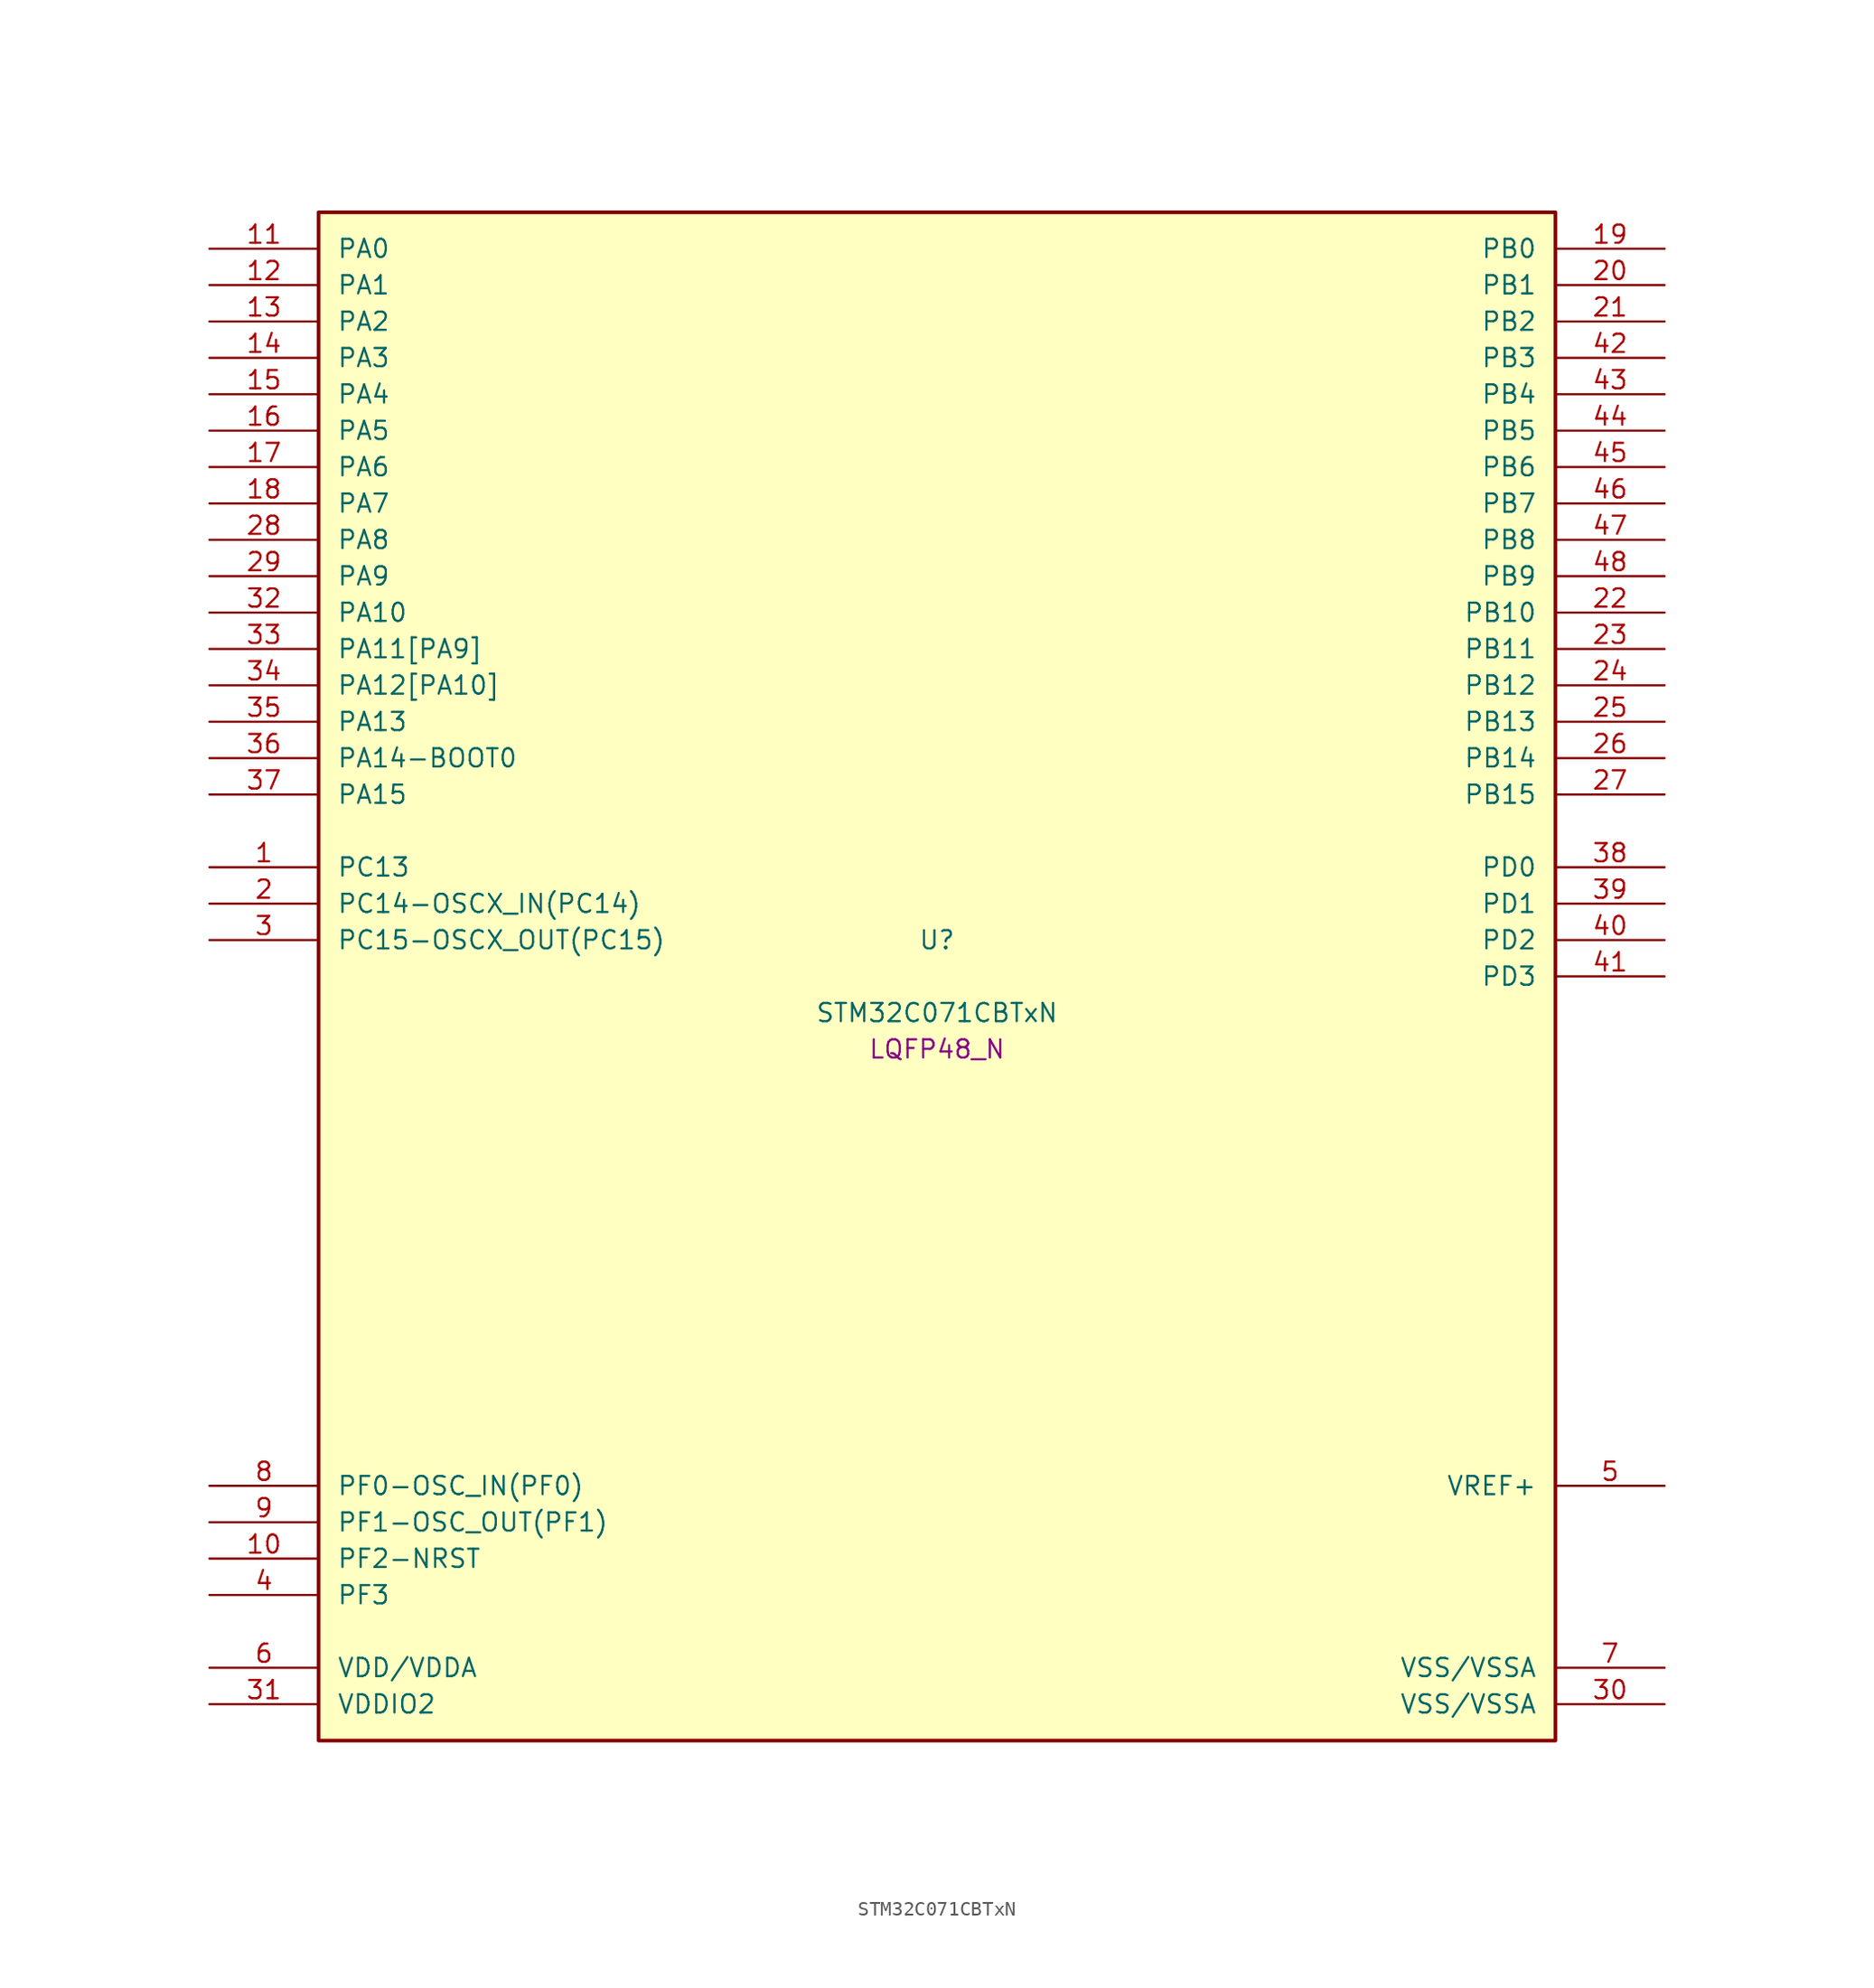
<source format=kicad_sym>
(kicad_symbol_lib
  (version 20241209)
  (generator "stm32_pkl_generator")
  (generator_version "1.0")
  (symbol "STM32C071CBTxN"
    (pin_names
      (offset 1.27))
    (property "Reference" "U"
      (at 0 2.54 0))
    (property "Value" "STM32C071CBTxN"
      (at 0 -2.54 0))
    (property "Footprint" "LQFP48_N"
      (at 0 -5.08 0))
    (symbol "STM32C071CBTxN_1_1"
      (rectangle (start -43.18 53.34) (end 43.18 -53.34) (stroke (width 0.254) (type solid)) (fill (type background)))
      (pin bidirectional line (at -50.8 50.8 0) (length 7.62) (name "PA0") (number "11") (alternate "PA0/ADC1_IN0" bidirectional line) (alternate "PA0/PWR_WKUP1" bidirectional line) (alternate "PA0/SPI2_SCK" bidirectional line) (alternate "PA0/TIM16_CH1" bidirectional line) (alternate "PA0/TIM1_CH1" bidirectional line) (alternate "PA0/TIM2_CH1" bidirectional line) (alternate "PA0/TIM2_ETR" bidirectional line) (alternate "PA0/USART1_TX" bidirectional line) (alternate "PA0/USART2_CTS" bidirectional line) (alternate "PA0/USART2_NSS" bidirectional line))
      (pin bidirectional line (at -50.8 48.26 0) (length 7.62) (name "PA1") (number "12") (alternate "PA1/ADC1_IN1" bidirectional line) (alternate "PA1/I2C1_SMBA" bidirectional line) (alternate "PA1/I2S1_CK" bidirectional line) (alternate "PA1/SPI1_SCK" bidirectional line) (alternate "PA1/TIM17_CH1" bidirectional line) (alternate "PA1/TIM1_CH2" bidirectional line) (alternate "PA1/TIM2_CH2" bidirectional line) (alternate "PA1/USART1_RX" bidirectional line) (alternate "PA1/USART2_CK" bidirectional line) (alternate "PA1/USART2_DE" bidirectional line) (alternate "PA1/USART2_RTS" bidirectional line))
      (pin bidirectional line (at -50.8 45.72 0) (length 7.62) (name "PA2") (number "13") (alternate "PA2/ADC1_IN2" bidirectional line) (alternate "PA2/I2S1_SD" bidirectional line) (alternate "PA2/PWR_WKUP4" bidirectional line) (alternate "PA2/RCC_LSCO" bidirectional line) (alternate "PA2/SPI1_MOSI" bidirectional line) (alternate "PA2/TIM16_CH1N" bidirectional line) (alternate "PA2/TIM1_CH3" bidirectional line) (alternate "PA2/TIM2_CH3" bidirectional line) (alternate "PA2/TIM3_ETR" bidirectional line) (alternate "PA2/USART2_TX" bidirectional line))
      (pin bidirectional line (at -50.8 43.18 0) (length 7.62) (name "PA3") (number "14") (alternate "PA3/ADC1_IN3" bidirectional line) (alternate "PA3/SPI2_MISO" bidirectional line) (alternate "PA3/TIM1_CH1N" bidirectional line) (alternate "PA3/TIM1_CH4" bidirectional line) (alternate "PA3/TIM2_CH4" bidirectional line) (alternate "PA3/USART2_RX" bidirectional line))
      (pin bidirectional line (at -50.8 40.64 0) (length 7.62) (name "PA4") (number "15") (alternate "PA4/ADC1_IN4" bidirectional line) (alternate "PA4/I2S1_WS" bidirectional line) (alternate "PA4/RTC_OUT2" bidirectional line) (alternate "PA4/SPI1_NSS" bidirectional line) (alternate "PA4/SPI2_MOSI" bidirectional line) (alternate "PA4/TIM14_CH1" bidirectional line) (alternate "PA4/TIM17_CH1N" bidirectional line) (alternate "PA4/TIM1_CH2N" bidirectional line) (alternate "PA4/USART2_TX" bidirectional line) (alternate "PA4/USB_NOE" bidirectional line))
      (pin bidirectional line (at -50.8 38.1 0) (length 7.62) (name "PA5") (number "16") (alternate "PA5/ADC1_IN5" bidirectional line) (alternate "PA5/I2S1_CK" bidirectional line) (alternate "PA5/SPI1_SCK" bidirectional line) (alternate "PA5/TIM1_CH1" bidirectional line) (alternate "PA5/TIM1_CH3N" bidirectional line) (alternate "PA5/TIM2_CH1" bidirectional line) (alternate "PA5/TIM2_ETR" bidirectional line) (alternate "PA5/USART2_RX" bidirectional line))
      (pin bidirectional line (at -50.8 35.56 0) (length 7.62) (name "PA6") (number "17") (alternate "PA6/ADC1_IN6" bidirectional line) (alternate "PA6/I2C2_SDA" bidirectional line) (alternate "PA6/I2S1_MCK" bidirectional line) (alternate "PA6/SPI1_MISO" bidirectional line) (alternate "PA6/TIM16_CH1" bidirectional line) (alternate "PA6/TIM1_BKIN" bidirectional line) (alternate "PA6/TIM3_CH1" bidirectional line))
      (pin bidirectional line (at -50.8 33.02 0) (length 7.62) (name "PA7") (number "18") (alternate "PA7/ADC1_IN7" bidirectional line) (alternate "PA7/I2C2_SCL" bidirectional line) (alternate "PA7/I2S1_SD" bidirectional line) (alternate "PA7/SPI1_MOSI" bidirectional line) (alternate "PA7/TIM14_CH1" bidirectional line) (alternate "PA7/TIM17_CH1" bidirectional line) (alternate "PA7/TIM1_CH1N" bidirectional line) (alternate "PA7/TIM3_CH2" bidirectional line))
      (pin bidirectional line (at -50.8 30.48 0) (length 7.62) (name "PA8") (number "28") (alternate "PA8/ADC1_IN8" bidirectional line) (alternate "PA8/CRS_SYNC" bidirectional line) (alternate "PA8/I2S1_WS" bidirectional line) (alternate "PA8/RCC_MCO" bidirectional line) (alternate "PA8/RCC_MCO_2" bidirectional line) (alternate "PA8/SPI1_NSS" bidirectional line) (alternate "PA8/SPI2_MISO" bidirectional line) (alternate "PA8/SPI2_NSS" bidirectional line) (alternate "PA8/TIM14_CH1" bidirectional line) (alternate "PA8/TIM1_CH1" bidirectional line) (alternate "PA8/TIM1_CH2N" bidirectional line) (alternate "PA8/TIM1_CH3N" bidirectional line) (alternate "PA8/TIM3_CH3" bidirectional line) (alternate "PA8/TIM3_CH4" bidirectional line) (alternate "PA8/USART1_RX" bidirectional line) (alternate "PA8/USART2_TX" bidirectional line))
      (pin bidirectional line (at -50.8 27.94 0) (length 7.62) (name "PA9") (number "29") (alternate "PA9/I2C1_SCL" bidirectional line) (alternate "PA9/I2C2_SCL" bidirectional line) (alternate "PA9/RCC_MCO" bidirectional line) (alternate "PA9/SPI2_MISO" bidirectional line) (alternate "PA9/TIM1_CH2" bidirectional line) (alternate "PA9/TIM3_ETR" bidirectional line) (alternate "PA9/USART1_TX" bidirectional line) (alternate "PA9/NC" bidirectional line))
      (pin bidirectional line (at -50.8 25.4 0) (length 7.62) (name "PA10") (number "32") (alternate "PA10/I2C1_SDA" bidirectional line) (alternate "PA10/I2C2_SDA" bidirectional line) (alternate "PA10/RCC_MCO_2" bidirectional line) (alternate "PA10/SPI2_MOSI" bidirectional line) (alternate "PA10/TIM17_BKIN" bidirectional line) (alternate "PA10/TIM1_CH3" bidirectional line) (alternate "PA10/USART1_RX" bidirectional line) (alternate "PA10/NC" bidirectional line))
      (pin bidirectional line (at -50.8 22.86 0) (length 7.62) (name "PA11[PA9]") (number "33") (alternate "PA11[PA9]/ADC1_EXTI11" bidirectional line) (alternate "PA11[PA9]/I2C2_SCL" bidirectional line) (alternate "PA11[PA9]/I2S1_MCK" bidirectional line) (alternate "PA11[PA9]/SPI1_MISO" bidirectional line) (alternate "PA11[PA9]/TIM1_BKIN2" bidirectional line) (alternate "PA11[PA9]/TIM1_CH4" bidirectional line) (alternate "PA11[PA9]/USART1_CTS" bidirectional line) (alternate "PA11[PA9]/USART1_NSS" bidirectional line) (alternate "PA11[PA9]/USB_DM" bidirectional line) (alternate "PA11[PA9]/PA9[PA11]" bidirectional line) (alternate "PA11[PA9]/I2C1_SCL" bidirectional line) (alternate "PA11[PA9]/RCC_MCO" bidirectional line) (alternate "PA11[PA9]/SPI2_MISO" bidirectional line) (alternate "PA11[PA9]/TIM1_CH2" bidirectional line) (alternate "PA11[PA9]/TIM3_ETR" bidirectional line) (alternate "PA11[PA9]/USART1_TX" bidirectional line))
      (pin bidirectional line (at -50.8 20.32 0) (length 7.62) (name "PA12[PA10]") (number "34") (alternate "PA12[PA10]/I2C2_SDA" bidirectional line) (alternate "PA12[PA10]/I2S1_SD" bidirectional line) (alternate "PA12[PA10]/I2S_CKIN" bidirectional line) (alternate "PA12[PA10]/SPI1_MOSI" bidirectional line) (alternate "PA12[PA10]/TIM1_ETR" bidirectional line) (alternate "PA12[PA10]/USART1_CK" bidirectional line) (alternate "PA12[PA10]/USART1_DE" bidirectional line) (alternate "PA12[PA10]/USART1_RTS" bidirectional line) (alternate "PA12[PA10]/USB_DP" bidirectional line) (alternate "PA12[PA10]/PA10[PA12]" bidirectional line) (alternate "PA12[PA10]/I2C1_SDA" bidirectional line) (alternate "PA12[PA10]/RCC_MCO_2" bidirectional line) (alternate "PA12[PA10]/SPI2_MOSI" bidirectional line) (alternate "PA12[PA10]/TIM17_BKIN" bidirectional line) (alternate "PA12[PA10]/TIM1_CH3" bidirectional line) (alternate "PA12[PA10]/USART1_RX" bidirectional line))
      (pin bidirectional line (at -50.8 17.78 0) (length 7.62) (name "PA13") (number "35") (alternate "PA13/ADC1_IN13" bidirectional line) (alternate "PA13/DEBUG_SWDIO" bidirectional line) (alternate "PA13/IR_OUT" bidirectional line) (alternate "PA13/TIM3_ETR" bidirectional line) (alternate "PA13/USART2_RX" bidirectional line) (alternate "PA13/USB_NOE" bidirectional line))
      (pin bidirectional line (at -50.8 15.24 0) (length 7.62) (name "PA14-BOOT0") (number "36") (alternate "PA14-BOOT0/ADC1_IN14" bidirectional line) (alternate "PA14-BOOT0/DEBUG_SWCLK" bidirectional line) (alternate "PA14-BOOT0/I2S1_WS" bidirectional line) (alternate "PA14-BOOT0/RCC_MCO_2" bidirectional line) (alternate "PA14-BOOT0/SPI1_NSS" bidirectional line) (alternate "PA14-BOOT0/TIM1_CH1" bidirectional line) (alternate "PA14-BOOT0/USART1_CK" bidirectional line) (alternate "PA14-BOOT0/USART1_DE" bidirectional line) (alternate "PA14-BOOT0/USART1_RTS" bidirectional line) (alternate "PA14-BOOT0/USART2_RX" bidirectional line) (alternate "PA14-BOOT0/USART2_TX" bidirectional line))
      (pin bidirectional line (at -50.8 12.7 0) (length 7.62) (name "PA15") (number "37") (alternate "PA15/I2S1_WS" bidirectional line) (alternate "PA15/RCC_MCO_2" bidirectional line) (alternate "PA15/SPI1_NSS" bidirectional line) (alternate "PA15/TIM1_CH1" bidirectional line) (alternate "PA15/TIM2_CH1" bidirectional line) (alternate "PA15/TIM2_ETR" bidirectional line) (alternate "PA15/USART1_CK" bidirectional line) (alternate "PA15/USART1_DE" bidirectional line) (alternate "PA15/USART1_RTS" bidirectional line) (alternate "PA15/USART2_RX" bidirectional line) (alternate "PA15/USB_NOE" bidirectional line))
      (pin bidirectional line (at 50.8 50.8 180) (length 7.62) (name "PB0") (number "19") (alternate "PB0/ADC1_IN17" bidirectional line) (alternate "PB0/I2S1_WS" bidirectional line) (alternate "PB0/SPI1_NSS" bidirectional line) (alternate "PB0/TIM1_CH2N" bidirectional line) (alternate "PB0/TIM3_CH3" bidirectional line))
      (pin bidirectional line (at 50.8 48.26 180) (length 7.62) (name "PB1") (number "20") (alternate "PB1/ADC1_IN18" bidirectional line) (alternate "PB1/TIM14_CH1" bidirectional line) (alternate "PB1/TIM1_CH2N" bidirectional line) (alternate "PB1/TIM1_CH3N" bidirectional line) (alternate "PB1/TIM3_CH4" bidirectional line))
      (pin bidirectional line (at 50.8 45.72 180) (length 7.62) (name "PB2") (number "21") (alternate "PB2/ADC1_IN19" bidirectional line) (alternate "PB2/RCC_MCO_2" bidirectional line) (alternate "PB2/SPI2_MISO" bidirectional line) (alternate "PB2/USART1_RX" bidirectional line))
      (pin bidirectional line (at 50.8 43.18 180) (length 7.62) (name "PB3") (number "42") (alternate "PB3/I2C2_SCL" bidirectional line) (alternate "PB3/I2S1_CK" bidirectional line) (alternate "PB3/SPI1_SCK" bidirectional line) (alternate "PB3/TIM1_CH2" bidirectional line) (alternate "PB3/TIM2_CH2" bidirectional line) (alternate "PB3/TIM3_CH2" bidirectional line) (alternate "PB3/USART1_CK" bidirectional line) (alternate "PB3/USART1_DE" bidirectional line) (alternate "PB3/USART1_RTS" bidirectional line))
      (pin bidirectional line (at 50.8 40.64 180) (length 7.62) (name "PB4") (number "43") (alternate "PB4/I2C2_SDA" bidirectional line) (alternate "PB4/I2S1_MCK" bidirectional line) (alternate "PB4/SPI1_MISO" bidirectional line) (alternate "PB4/TIM17_BKIN" bidirectional line) (alternate "PB4/TIM3_CH1" bidirectional line) (alternate "PB4/USART1_CTS" bidirectional line) (alternate "PB4/USART1_NSS" bidirectional line))
      (pin bidirectional line (at 50.8 38.1 180) (length 7.62) (name "PB5") (number "44") (alternate "PB5/I2C1_SMBA" bidirectional line) (alternate "PB5/I2S1_SD" bidirectional line) (alternate "PB5/PWR_WKUP6" bidirectional line) (alternate "PB5/SPI1_MOSI" bidirectional line) (alternate "PB5/TIM16_BKIN" bidirectional line) (alternate "PB5/TIM3_CH2" bidirectional line) (alternate "PB5/TIM3_CH3" bidirectional line))
      (pin bidirectional line (at 50.8 35.56 180) (length 7.62) (name "PB6") (number "45") (alternate "PB6/I2C1_SCL" bidirectional line) (alternate "PB6/I2C1_SMBA" bidirectional line) (alternate "PB6/I2S1_CK" bidirectional line) (alternate "PB6/I2S1_MCK" bidirectional line) (alternate "PB6/I2S1_SD" bidirectional line) (alternate "PB6/PWR_WKUP3" bidirectional line) (alternate "PB6/SPI1_MISO" bidirectional line) (alternate "PB6/SPI1_MOSI" bidirectional line) (alternate "PB6/SPI1_SCK" bidirectional line) (alternate "PB6/SPI2_MISO" bidirectional line) (alternate "PB6/TIM16_BKIN" bidirectional line) (alternate "PB6/TIM16_CH1N" bidirectional line) (alternate "PB6/TIM17_BKIN" bidirectional line) (alternate "PB6/TIM1_CH2" bidirectional line) (alternate "PB6/TIM1_CH3" bidirectional line) (alternate "PB6/TIM3_CH1" bidirectional line) (alternate "PB6/TIM3_CH2" bidirectional line) (alternate "PB6/TIM3_CH3" bidirectional line) (alternate "PB6/USART1_CTS" bidirectional line) (alternate "PB6/USART1_NSS" bidirectional line) (alternate "PB6/USART1_TX" bidirectional line))
      (pin bidirectional line (at 50.8 33.02 180) (length 7.62) (name "PB7") (number "46") (alternate "PB7/I2C1_SCL" bidirectional line) (alternate "PB7/I2C1_SDA" bidirectional line) (alternate "PB7/SPI2_MOSI" bidirectional line) (alternate "PB7/TIM16_CH1" bidirectional line) (alternate "PB7/TIM17_CH1N" bidirectional line) (alternate "PB7/TIM1_CH4" bidirectional line) (alternate "PB7/TIM3_CH1" bidirectional line) (alternate "PB7/TIM3_CH4" bidirectional line) (alternate "PB7/USART1_RX" bidirectional line) (alternate "PB7/USART2_CTS" bidirectional line) (alternate "PB7/USART2_NSS" bidirectional line))
      (pin bidirectional line (at 50.8 30.48 180) (length 7.62) (name "PB8") (number "47") (alternate "PB8/I2C1_SCL" bidirectional line) (alternate "PB8/SPI2_SCK" bidirectional line) (alternate "PB8/TIM16_CH1" bidirectional line) (alternate "PB8/TIM3_CH1" bidirectional line) (alternate "PB8/USART2_CTS" bidirectional line) (alternate "PB8/USART2_NSS" bidirectional line))
      (pin bidirectional line (at 50.8 27.94 180) (length 7.62) (name "PB9") (number "48") (alternate "PB9/I2C1_SDA" bidirectional line) (alternate "PB9/IR_OUT" bidirectional line) (alternate "PB9/SPI2_NSS" bidirectional line) (alternate "PB9/TIM17_CH1" bidirectional line) (alternate "PB9/TIM3_CH2" bidirectional line) (alternate "PB9/USART2_CK" bidirectional line) (alternate "PB9/USART2_DE" bidirectional line) (alternate "PB9/USART2_RTS" bidirectional line))
      (pin bidirectional line (at 50.8 25.4 180) (length 7.62) (name "PB10") (number "22") (alternate "PB10/ADC1_IN20" bidirectional line) (alternate "PB10/I2C2_SCL" bidirectional line) (alternate "PB10/SPI2_SCK" bidirectional line) (alternate "PB10/TIM2_CH3" bidirectional line))
      (pin bidirectional line (at 50.8 22.86 180) (length 7.62) (name "PB11") (number "23") (alternate "PB11/ADC1_EXTI11" bidirectional line) (alternate "PB11/ADC1_IN21" bidirectional line) (alternate "PB11/I2C2_SDA" bidirectional line) (alternate "PB11/SPI2_MOSI" bidirectional line) (alternate "PB11/TIM2_CH4" bidirectional line))
      (pin bidirectional line (at 50.8 20.32 180) (length 7.62) (name "PB12") (number "24") (alternate "PB12/ADC1_IN22" bidirectional line) (alternate "PB12/SPI2_NSS" bidirectional line) (alternate "PB12/TIM1_BKIN" bidirectional line) (alternate "PB12/TIM1_BKIN2" bidirectional line))
      (pin bidirectional line (at 50.8 17.78 180) (length 7.62) (name "PB13") (number "25") (alternate "PB13/I2C2_SCL" bidirectional line) (alternate "PB13/SPI2_SCK" bidirectional line) (alternate "PB13/TIM1_CH1N" bidirectional line))
      (pin bidirectional line (at 50.8 15.24 180) (length 7.62) (name "PB14") (number "26") (alternate "PB14/I2C2_SDA" bidirectional line) (alternate "PB14/SPI2_MISO" bidirectional line) (alternate "PB14/TIM1_CH2N" bidirectional line))
      (pin bidirectional line (at 50.8 12.7 180) (length 7.62) (name "PB15") (number "27") (alternate "PB15/RTC_REFIN" bidirectional line) (alternate "PB15/SPI2_MOSI" bidirectional line) (alternate "PB15/TIM1_CH3N" bidirectional line))
      (pin bidirectional line (at -50.8 7.62 0) (length 7.62) (name "PC13") (number "1") (alternate "PC13/PWR_WKUP2" bidirectional line) (alternate "PC13/RTC_OUT1" bidirectional line) (alternate "PC13/RTC_TS" bidirectional line) (alternate "PC13/TIM1_BKIN" bidirectional line) (alternate "PC13/TIM1_ETR" bidirectional line))
      (pin bidirectional line (at -50.8 5.08 0) (length 7.62) (name "PC14-OSCX_IN(PC14)") (number "2") (alternate "PC14-OSCX_IN(PC14)/I2C1_SDA" bidirectional line) (alternate "PC14-OSCX_IN(PC14)/IR_OUT" bidirectional line) (alternate "PC14-OSCX_IN(PC14)/RCC_OSCX_IN" bidirectional line) (alternate "PC14-OSCX_IN(PC14)/SPI2_NSS" bidirectional line) (alternate "PC14-OSCX_IN(PC14)/TIM17_CH1" bidirectional line) (alternate "PC14-OSCX_IN(PC14)/TIM1_BKIN2" bidirectional line) (alternate "PC14-OSCX_IN(PC14)/TIM1_ETR" bidirectional line) (alternate "PC14-OSCX_IN(PC14)/TIM3_CH2" bidirectional line) (alternate "PC14-OSCX_IN(PC14)/USART1_TX" bidirectional line) (alternate "PC14-OSCX_IN(PC14)/USART2_CK" bidirectional line) (alternate "PC14-OSCX_IN(PC14)/USART2_DE" bidirectional line) (alternate "PC14-OSCX_IN(PC14)/USART2_RTS" bidirectional line))
      (pin bidirectional line (at -50.8 2.54 0) (length 7.62) (name "PC15-OSCX_OUT(PC15)") (number "3") (alternate "PC15-OSCX_OUT(PC15)/RCC_OSC32_EN" bidirectional line) (alternate "PC15-OSCX_OUT(PC15)/RCC_OSCX_OUT" bidirectional line) (alternate "PC15-OSCX_OUT(PC15)/RCC_OSC_EN" bidirectional line) (alternate "PC15-OSCX_OUT(PC15)/TIM1_ETR" bidirectional line) (alternate "PC15-OSCX_OUT(PC15)/TIM3_CH3" bidirectional line))
      (pin bidirectional line (at 50.8 7.62 180) (length 7.62) (name "PD0") (number "38") (alternate "PD0/SPI2_NSS" bidirectional line) (alternate "PD0/TIM16_CH1" bidirectional line))
      (pin bidirectional line (at 50.8 5.08 180) (length 7.62) (name "PD1") (number "39") (alternate "PD1/SPI2_SCK" bidirectional line) (alternate "PD1/TIM17_CH1" bidirectional line))
      (pin bidirectional line (at 50.8 2.54 180) (length 7.62) (name "PD2") (number "40") (alternate "PD2/TIM1_CH1N" bidirectional line) (alternate "PD2/TIM3_ETR" bidirectional line))
      (pin bidirectional line (at 50.8 0 180) (length 7.62) (name "PD3") (number "41") (alternate "PD3/SPI2_MISO" bidirectional line) (alternate "PD3/TIM1_CH2N" bidirectional line) (alternate "PD3/USART2_CTS" bidirectional line) (alternate "PD3/USART2_NSS" bidirectional line))
      (pin bidirectional line (at -50.8 -35.56 0) (length 7.62) (name "PF0-OSC_IN(PF0)") (number "8") (alternate "PF0-OSC_IN(PF0)/CRS_SYNC" bidirectional line) (alternate "PF0-OSC_IN(PF0)/RCC_OSC_IN" bidirectional line) (alternate "PF0-OSC_IN(PF0)/TIM14_CH1" bidirectional line))
      (pin bidirectional line (at -50.8 -38.1 0) (length 7.62) (name "PF1-OSC_OUT(PF1)") (number "9") (alternate "PF1-OSC_OUT(PF1)/RCC_OSC_EN" bidirectional line) (alternate "PF1-OSC_OUT(PF1)/RCC_OSC_OUT" bidirectional line))
      (pin bidirectional line (at -50.8 -40.64 0) (length 7.62) (name "PF2-NRST") (number "10") (alternate "PF2-NRST/RCC_MCO" bidirectional line) (alternate "PF2-NRST/TIM1_CH4" bidirectional line))
      (pin bidirectional line (at -50.8 -43.18 0) (length 7.62) (name "PF3") (number "4"))
      (pin bidirectional line (at 50.8 -35.56 180) (length 7.62) (name "VREF+") (number "5"))
      (pin power_in line (at -50.8 -48.26 0) (length 7.62) (name "VDD/VDDA") (number "6"))
      (pin power_in line (at -50.8 -50.8 0) (length 7.62) (name "VDDIO2") (number "31"))
      (pin power_in line (at 50.8 -48.26 180) (length 7.62) (name "VSS/VSSA") (number "7"))
      (pin power_in line (at 50.8 -50.8 180) (length 7.62) (name "VSS/VSSA") (number "30")))))
</source>
